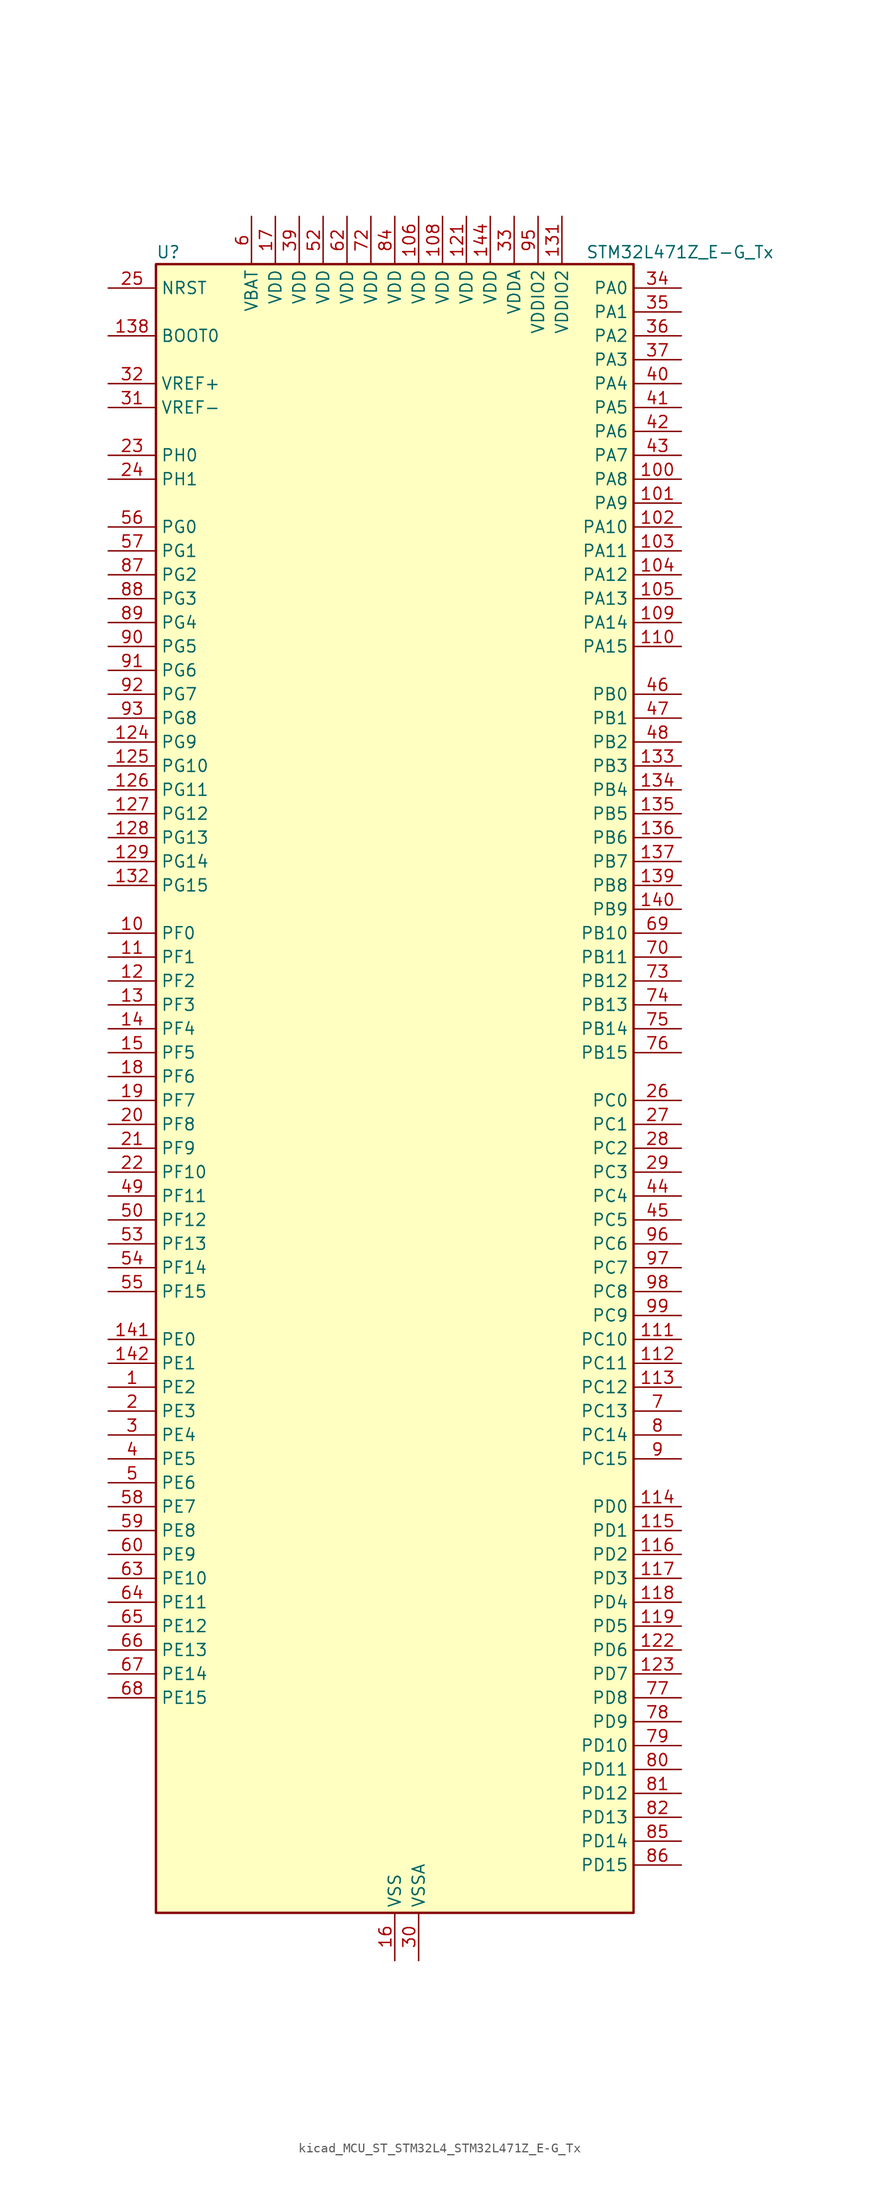
<source format=kicad_sym>
(kicad_symbol_lib
  (version 20220914)
  (generator kicad_symbol_editor)
  (symbol "kicad_MCU_ST_STM32L4_STM32L471Z_E-G_Tx"
    (property "Reference" "U"
      (at -25.4 90.17 0)
      (effects (font (size 1.27 1.27)) (justify left)))
    (property "Value" "STM32L471Z_E-G_Tx"
      (at 20.32 90.17 0)
      (effects (font (size 1.27 1.27)) (justify left)))
    (property "ki_locked" ""
      (at 0 0 0)
      (effects (font (size 1.27 1.27))))
    (symbol "kicad_MCU_ST_STM32L4_STM32L471Z_E-G_Tx_0_1"
      (rectangle (start -25.4 -86.36) (end 25.4 88.9) (stroke (width 0.254) (type default)) (fill (type background))))
    (symbol "kicad_MCU_ST_STM32L4_STM32L471Z_E-G_Tx_1_1"
      (pin bidirectional line (at -30.48 -30.48 0) (length 5.08) (name "PE2" (effects (font (size 1.27 1.27)))) (number "1" (effects (font (size 1.27 1.27)))) (alternate "FMC_A23" bidirectional line) (alternate "SAI1_MCLK_A" bidirectional line) (alternate "SYS_TRACECLK" bidirectional line) (alternate "TIM3_ETR" bidirectional line) (alternate "TSC_G7_IO1" bidirectional line))
      (pin bidirectional line (at -30.48 17.78 0) (length 5.08) (name "PF0" (effects (font (size 1.27 1.27)))) (number "10" (effects (font (size 1.27 1.27)))) (alternate "FMC_A0" bidirectional line) (alternate "I2C2_SDA" bidirectional line))
      (pin bidirectional line (at 30.48 66.04 180) (length 5.08) (name "PA8" (effects (font (size 1.27 1.27)))) (number "100" (effects (font (size 1.27 1.27)))) (alternate "LPTIM2_OUT" bidirectional line) (alternate "RCC_MCO" bidirectional line) (alternate "TIM1_CH1" bidirectional line) (alternate "USART1_CK" bidirectional line))
      (pin bidirectional line (at 30.48 63.5 180) (length 5.08) (name "PA9" (effects (font (size 1.27 1.27)))) (number "101" (effects (font (size 1.27 1.27)))) (alternate "DAC1_EXTI9" bidirectional line) (alternate "TIM15_BKIN" bidirectional line) (alternate "TIM1_CH2" bidirectional line) (alternate "USART1_TX" bidirectional line))
      (pin bidirectional line (at 30.48 60.96 180) (length 5.08) (name "PA10" (effects (font (size 1.27 1.27)))) (number "102" (effects (font (size 1.27 1.27)))) (alternate "TIM17_BKIN" bidirectional line) (alternate "TIM1_CH3" bidirectional line) (alternate "USART1_RX" bidirectional line))
      (pin bidirectional line (at 30.48 58.42 180) (length 5.08) (name "PA11" (effects (font (size 1.27 1.27)))) (number "103" (effects (font (size 1.27 1.27)))) (alternate "ADC1_EXTI11" bidirectional line) (alternate "ADC2_EXTI11" bidirectional line) (alternate "ADC3_EXTI11" bidirectional line) (alternate "CAN1_RX" bidirectional line) (alternate "TIM1_BKIN2" bidirectional line) (alternate "TIM1_BKIN2_COMP1" bidirectional line) (alternate "TIM1_CH4" bidirectional line) (alternate "USART1_CTS" bidirectional line))
      (pin bidirectional line (at 30.48 55.88 180) (length 5.08) (name "PA12" (effects (font (size 1.27 1.27)))) (number "104" (effects (font (size 1.27 1.27)))) (alternate "CAN1_TX" bidirectional line) (alternate "TIM1_ETR" bidirectional line) (alternate "USART1_DE" bidirectional line) (alternate "USART1_RTS" bidirectional line))
      (pin bidirectional line (at 30.48 53.34 180) (length 5.08) (name "PA13" (effects (font (size 1.27 1.27)))) (number "105" (effects (font (size 1.27 1.27)))) (alternate "IR_OUT" bidirectional line) (alternate "SYS_JTMS-SWDIO" bidirectional line))
      (pin power_in line (at 2.54 93.98 270) (length 5.08) (name "VDD" (effects (font (size 1.27 1.27)))) (number "106" (effects (font (size 1.27 1.27)))))
      (pin passive line (at 0 -91.44 90) (length 5.08) hide (name "VSS" (effects (font (size 1.27 1.27)))) (number "107" (effects (font (size 1.27 1.27)))))
      (pin power_in line (at 5.08 93.98 270) (length 5.08) (name "VDD" (effects (font (size 1.27 1.27)))) (number "108" (effects (font (size 1.27 1.27)))))
      (pin bidirectional line (at 30.48 50.8 180) (length 5.08) (name "PA14" (effects (font (size 1.27 1.27)))) (number "109" (effects (font (size 1.27 1.27)))) (alternate "SYS_JTCK-SWCLK" bidirectional line))
      (pin bidirectional line (at -30.48 15.24 0) (length 5.08) (name "PF1" (effects (font (size 1.27 1.27)))) (number "11" (effects (font (size 1.27 1.27)))) (alternate "FMC_A1" bidirectional line) (alternate "I2C2_SCL" bidirectional line))
      (pin bidirectional line (at 30.48 48.26 180) (length 5.08) (name "PA15" (effects (font (size 1.27 1.27)))) (number "110" (effects (font (size 1.27 1.27)))) (alternate "ADC1_EXTI15" bidirectional line) (alternate "ADC2_EXTI15" bidirectional line) (alternate "ADC3_EXTI15" bidirectional line) (alternate "SAI2_FS_B" bidirectional line) (alternate "SPI1_NSS" bidirectional line) (alternate "SPI3_NSS" bidirectional line) (alternate "SYS_JTDI" bidirectional line) (alternate "TIM2_CH1" bidirectional line) (alternate "TIM2_ETR" bidirectional line) (alternate "TSC_G3_IO1" bidirectional line) (alternate "UART4_DE" bidirectional line) (alternate "UART4_RTS" bidirectional line))
      (pin bidirectional line (at 30.48 -25.4 180) (length 5.08) (name "PC10" (effects (font (size 1.27 1.27)))) (number "111" (effects (font (size 1.27 1.27)))) (alternate "SAI2_SCK_B" bidirectional line) (alternate "SDMMC1_D2" bidirectional line) (alternate "SPI3_SCK" bidirectional line) (alternate "TSC_G3_IO2" bidirectional line) (alternate "UART4_TX" bidirectional line) (alternate "USART3_TX" bidirectional line))
      (pin bidirectional line (at 30.48 -27.94 180) (length 5.08) (name "PC11" (effects (font (size 1.27 1.27)))) (number "112" (effects (font (size 1.27 1.27)))) (alternate "ADC1_EXTI11" bidirectional line) (alternate "ADC2_EXTI11" bidirectional line) (alternate "ADC3_EXTI11" bidirectional line) (alternate "SAI2_MCLK_B" bidirectional line) (alternate "SDMMC1_D3" bidirectional line) (alternate "SPI3_MISO" bidirectional line) (alternate "TSC_G3_IO3" bidirectional line) (alternate "UART4_RX" bidirectional line) (alternate "USART3_RX" bidirectional line))
      (pin bidirectional line (at 30.48 -30.48 180) (length 5.08) (name "PC12" (effects (font (size 1.27 1.27)))) (number "113" (effects (font (size 1.27 1.27)))) (alternate "SAI2_SD_B" bidirectional line) (alternate "SDMMC1_CK" bidirectional line) (alternate "SPI3_MOSI" bidirectional line) (alternate "TSC_G3_IO4" bidirectional line) (alternate "UART5_TX" bidirectional line) (alternate "USART3_CK" bidirectional line))
      (pin bidirectional line (at 30.48 -43.18 180) (length 5.08) (name "PD0" (effects (font (size 1.27 1.27)))) (number "114" (effects (font (size 1.27 1.27)))) (alternate "CAN1_RX" bidirectional line) (alternate "DFSDM1_DATIN7" bidirectional line) (alternate "FMC_D2" bidirectional line) (alternate "FMC_DA2" bidirectional line) (alternate "SPI2_NSS" bidirectional line))
      (pin bidirectional line (at 30.48 -45.72 180) (length 5.08) (name "PD1" (effects (font (size 1.27 1.27)))) (number "115" (effects (font (size 1.27 1.27)))) (alternate "CAN1_TX" bidirectional line) (alternate "DFSDM1_CKIN7" bidirectional line) (alternate "FMC_D3" bidirectional line) (alternate "FMC_DA3" bidirectional line) (alternate "SPI2_SCK" bidirectional line))
      (pin bidirectional line (at 30.48 -48.26 180) (length 5.08) (name "PD2" (effects (font (size 1.27 1.27)))) (number "116" (effects (font (size 1.27 1.27)))) (alternate "SDMMC1_CMD" bidirectional line) (alternate "TIM3_ETR" bidirectional line) (alternate "TSC_SYNC" bidirectional line) (alternate "UART5_RX" bidirectional line) (alternate "USART3_DE" bidirectional line) (alternate "USART3_RTS" bidirectional line))
      (pin bidirectional line (at 30.48 -50.8 180) (length 5.08) (name "PD3" (effects (font (size 1.27 1.27)))) (number "117" (effects (font (size 1.27 1.27)))) (alternate "DFSDM1_DATIN0" bidirectional line) (alternate "FMC_CLK" bidirectional line) (alternate "SPI2_MISO" bidirectional line) (alternate "USART2_CTS" bidirectional line))
      (pin bidirectional line (at 30.48 -53.34 180) (length 5.08) (name "PD4" (effects (font (size 1.27 1.27)))) (number "118" (effects (font (size 1.27 1.27)))) (alternate "DFSDM1_CKIN0" bidirectional line) (alternate "FMC_NOE" bidirectional line) (alternate "SPI2_MOSI" bidirectional line) (alternate "USART2_DE" bidirectional line) (alternate "USART2_RTS" bidirectional line))
      (pin bidirectional line (at 30.48 -55.88 180) (length 5.08) (name "PD5" (effects (font (size 1.27 1.27)))) (number "119" (effects (font (size 1.27 1.27)))) (alternate "FMC_NWE" bidirectional line) (alternate "USART2_TX" bidirectional line))
      (pin bidirectional line (at -30.48 12.7 0) (length 5.08) (name "PF2" (effects (font (size 1.27 1.27)))) (number "12" (effects (font (size 1.27 1.27)))) (alternate "FMC_A2" bidirectional line) (alternate "I2C2_SMBA" bidirectional line))
      (pin passive line (at 0 -91.44 90) (length 5.08) hide (name "VSS" (effects (font (size 1.27 1.27)))) (number "120" (effects (font (size 1.27 1.27)))))
      (pin power_in line (at 7.62 93.98 270) (length 5.08) (name "VDD" (effects (font (size 1.27 1.27)))) (number "121" (effects (font (size 1.27 1.27)))))
      (pin bidirectional line (at 30.48 -58.42 180) (length 5.08) (name "PD6" (effects (font (size 1.27 1.27)))) (number "122" (effects (font (size 1.27 1.27)))) (alternate "DFSDM1_DATIN1" bidirectional line) (alternate "FMC_NWAIT" bidirectional line) (alternate "SAI1_SD_A" bidirectional line) (alternate "USART2_RX" bidirectional line))
      (pin bidirectional line (at 30.48 -60.96 180) (length 5.08) (name "PD7" (effects (font (size 1.27 1.27)))) (number "123" (effects (font (size 1.27 1.27)))) (alternate "DFSDM1_CKIN1" bidirectional line) (alternate "FMC_NE1" bidirectional line) (alternate "USART2_CK" bidirectional line))
      (pin bidirectional line (at -30.48 38.1 0) (length 5.08) (name "PG9" (effects (font (size 1.27 1.27)))) (number "124" (effects (font (size 1.27 1.27)))) (alternate "DAC1_EXTI9" bidirectional line) (alternate "FMC_NCE3" bidirectional line) (alternate "FMC_NE2" bidirectional line) (alternate "SAI2_SCK_A" bidirectional line) (alternate "SPI3_SCK" bidirectional line) (alternate "TIM15_CH1N" bidirectional line) (alternate "USART1_TX" bidirectional line))
      (pin bidirectional line (at -30.48 35.56 0) (length 5.08) (name "PG10" (effects (font (size 1.27 1.27)))) (number "125" (effects (font (size 1.27 1.27)))) (alternate "FMC_NE3" bidirectional line) (alternate "LPTIM1_IN1" bidirectional line) (alternate "SAI2_FS_A" bidirectional line) (alternate "SPI3_MISO" bidirectional line) (alternate "TIM15_CH1" bidirectional line) (alternate "USART1_RX" bidirectional line))
      (pin bidirectional line (at -30.48 33.02 0) (length 5.08) (name "PG11" (effects (font (size 1.27 1.27)))) (number "126" (effects (font (size 1.27 1.27)))) (alternate "ADC1_EXTI11" bidirectional line) (alternate "ADC2_EXTI11" bidirectional line) (alternate "ADC3_EXTI11" bidirectional line) (alternate "LPTIM1_IN2" bidirectional line) (alternate "SAI2_MCLK_A" bidirectional line) (alternate "SPI3_MOSI" bidirectional line) (alternate "TIM15_CH2" bidirectional line) (alternate "USART1_CTS" bidirectional line))
      (pin bidirectional line (at -30.48 30.48 0) (length 5.08) (name "PG12" (effects (font (size 1.27 1.27)))) (number "127" (effects (font (size 1.27 1.27)))) (alternate "FMC_NE4" bidirectional line) (alternate "LPTIM1_ETR" bidirectional line) (alternate "SAI2_SD_A" bidirectional line) (alternate "SPI3_NSS" bidirectional line) (alternate "USART1_DE" bidirectional line) (alternate "USART1_RTS" bidirectional line))
      (pin bidirectional line (at -30.48 27.94 0) (length 5.08) (name "PG13" (effects (font (size 1.27 1.27)))) (number "128" (effects (font (size 1.27 1.27)))) (alternate "FMC_A24" bidirectional line) (alternate "I2C1_SDA" bidirectional line) (alternate "USART1_CK" bidirectional line))
      (pin bidirectional line (at -30.48 25.4 0) (length 5.08) (name "PG14" (effects (font (size 1.27 1.27)))) (number "129" (effects (font (size 1.27 1.27)))) (alternate "FMC_A25" bidirectional line) (alternate "I2C1_SCL" bidirectional line))
      (pin bidirectional line (at -30.48 10.16 0) (length 5.08) (name "PF3" (effects (font (size 1.27 1.27)))) (number "13" (effects (font (size 1.27 1.27)))) (alternate "ADC3_IN6" bidirectional line) (alternate "FMC_A3" bidirectional line))
      (pin passive line (at 0 -91.44 90) (length 5.08) hide (name "VSS" (effects (font (size 1.27 1.27)))) (number "130" (effects (font (size 1.27 1.27)))))
      (pin power_in line (at 17.78 93.98 270) (length 5.08) (name "VDDIO2" (effects (font (size 1.27 1.27)))) (number "131" (effects (font (size 1.27 1.27)))))
      (pin bidirectional line (at -30.48 22.86 0) (length 5.08) (name "PG15" (effects (font (size 1.27 1.27)))) (number "132" (effects (font (size 1.27 1.27)))) (alternate "ADC1_EXTI15" bidirectional line) (alternate "ADC2_EXTI15" bidirectional line) (alternate "ADC3_EXTI15" bidirectional line) (alternate "I2C1_SMBA" bidirectional line) (alternate "LPTIM1_OUT" bidirectional line))
      (pin bidirectional line (at 30.48 35.56 180) (length 5.08) (name "PB3" (effects (font (size 1.27 1.27)))) (number "133" (effects (font (size 1.27 1.27)))) (alternate "COMP2_INM" bidirectional line) (alternate "SAI1_SCK_B" bidirectional line) (alternate "SPI1_SCK" bidirectional line) (alternate "SPI3_SCK" bidirectional line) (alternate "SYS_JTDO-SWO" bidirectional line) (alternate "TIM2_CH2" bidirectional line) (alternate "USART1_DE" bidirectional line) (alternate "USART1_RTS" bidirectional line))
      (pin bidirectional line (at 30.48 33.02 180) (length 5.08) (name "PB4" (effects (font (size 1.27 1.27)))) (number "134" (effects (font (size 1.27 1.27)))) (alternate "COMP2_INP" bidirectional line) (alternate "SAI1_MCLK_B" bidirectional line) (alternate "SPI1_MISO" bidirectional line) (alternate "SPI3_MISO" bidirectional line) (alternate "SYS_JTRST" bidirectional line) (alternate "TIM17_BKIN" bidirectional line) (alternate "TIM3_CH1" bidirectional line) (alternate "TSC_G2_IO1" bidirectional line) (alternate "UART5_DE" bidirectional line) (alternate "UART5_RTS" bidirectional line) (alternate "USART1_CTS" bidirectional line))
      (pin bidirectional line (at 30.48 30.48 180) (length 5.08) (name "PB5" (effects (font (size 1.27 1.27)))) (number "135" (effects (font (size 1.27 1.27)))) (alternate "COMP2_OUT" bidirectional line) (alternate "I2C1_SMBA" bidirectional line) (alternate "LPTIM1_IN1" bidirectional line) (alternate "SAI1_SD_B" bidirectional line) (alternate "SPI1_MOSI" bidirectional line) (alternate "SPI3_MOSI" bidirectional line) (alternate "TIM16_BKIN" bidirectional line) (alternate "TIM3_CH2" bidirectional line) (alternate "TSC_G2_IO2" bidirectional line) (alternate "UART5_CTS" bidirectional line) (alternate "USART1_CK" bidirectional line))
      (pin bidirectional line (at 30.48 27.94 180) (length 5.08) (name "PB6" (effects (font (size 1.27 1.27)))) (number "136" (effects (font (size 1.27 1.27)))) (alternate "COMP2_INP" bidirectional line) (alternate "DFSDM1_DATIN5" bidirectional line) (alternate "I2C1_SCL" bidirectional line) (alternate "LPTIM1_ETR" bidirectional line) (alternate "SAI1_FS_B" bidirectional line) (alternate "TIM16_CH1N" bidirectional line) (alternate "TIM4_CH1" bidirectional line) (alternate "TIM8_BKIN2" bidirectional line) (alternate "TIM8_BKIN2_COMP2" bidirectional line) (alternate "TSC_G2_IO3" bidirectional line) (alternate "USART1_TX" bidirectional line))
      (pin bidirectional line (at 30.48 25.4 180) (length 5.08) (name "PB7" (effects (font (size 1.27 1.27)))) (number "137" (effects (font (size 1.27 1.27)))) (alternate "COMP2_INM" bidirectional line) (alternate "DFSDM1_CKIN5" bidirectional line) (alternate "FMC_NL" bidirectional line) (alternate "I2C1_SDA" bidirectional line) (alternate "LPTIM1_IN2" bidirectional line) (alternate "SYS_PVD_IN" bidirectional line) (alternate "TIM17_CH1N" bidirectional line) (alternate "TIM4_CH2" bidirectional line) (alternate "TIM8_BKIN" bidirectional line) (alternate "TIM8_BKIN_COMP1" bidirectional line) (alternate "TSC_G2_IO4" bidirectional line) (alternate "UART4_CTS" bidirectional line) (alternate "USART1_RX" bidirectional line))
      (pin input line (at -30.48 81.28 0) (length 5.08) (name "BOOT0" (effects (font (size 1.27 1.27)))) (number "138" (effects (font (size 1.27 1.27)))))
      (pin bidirectional line (at 30.48 22.86 180) (length 5.08) (name "PB8" (effects (font (size 1.27 1.27)))) (number "139" (effects (font (size 1.27 1.27)))) (alternate "CAN1_RX" bidirectional line) (alternate "DFSDM1_DATIN6" bidirectional line) (alternate "I2C1_SCL" bidirectional line) (alternate "SAI1_MCLK_A" bidirectional line) (alternate "SDMMC1_D4" bidirectional line) (alternate "TIM16_CH1" bidirectional line) (alternate "TIM4_CH3" bidirectional line))
      (pin bidirectional line (at -30.48 7.62 0) (length 5.08) (name "PF4" (effects (font (size 1.27 1.27)))) (number "14" (effects (font (size 1.27 1.27)))) (alternate "ADC3_IN7" bidirectional line) (alternate "FMC_A4" bidirectional line))
      (pin bidirectional line (at 30.48 20.32 180) (length 5.08) (name "PB9" (effects (font (size 1.27 1.27)))) (number "140" (effects (font (size 1.27 1.27)))) (alternate "CAN1_TX" bidirectional line) (alternate "DAC1_EXTI9" bidirectional line) (alternate "DFSDM1_CKIN6" bidirectional line) (alternate "I2C1_SDA" bidirectional line) (alternate "IR_OUT" bidirectional line) (alternate "SAI1_FS_A" bidirectional line) (alternate "SDMMC1_D5" bidirectional line) (alternate "SPI2_NSS" bidirectional line) (alternate "TIM17_CH1" bidirectional line) (alternate "TIM4_CH4" bidirectional line))
      (pin bidirectional line (at -30.48 -25.4 0) (length 5.08) (name "PE0" (effects (font (size 1.27 1.27)))) (number "141" (effects (font (size 1.27 1.27)))) (alternate "FMC_NBL0" bidirectional line) (alternate "TIM16_CH1" bidirectional line) (alternate "TIM4_ETR" bidirectional line))
      (pin bidirectional line (at -30.48 -27.94 0) (length 5.08) (name "PE1" (effects (font (size 1.27 1.27)))) (number "142" (effects (font (size 1.27 1.27)))) (alternate "FMC_NBL1" bidirectional line) (alternate "TIM17_CH1" bidirectional line))
      (pin passive line (at 0 -91.44 90) (length 5.08) hide (name "VSS" (effects (font (size 1.27 1.27)))) (number "143" (effects (font (size 1.27 1.27)))))
      (pin power_in line (at 10.16 93.98 270) (length 5.08) (name "VDD" (effects (font (size 1.27 1.27)))) (number "144" (effects (font (size 1.27 1.27)))))
      (pin bidirectional line (at -30.48 5.08 0) (length 5.08) (name "PF5" (effects (font (size 1.27 1.27)))) (number "15" (effects (font (size 1.27 1.27)))) (alternate "ADC3_IN8" bidirectional line) (alternate "FMC_A5" bidirectional line))
      (pin power_in line (at 0 -91.44 90) (length 5.08) (name "VSS" (effects (font (size 1.27 1.27)))) (number "16" (effects (font (size 1.27 1.27)))))
      (pin power_in line (at -12.7 93.98 270) (length 5.08) (name "VDD" (effects (font (size 1.27 1.27)))) (number "17" (effects (font (size 1.27 1.27)))))
      (pin bidirectional line (at -30.48 2.54 0) (length 5.08) (name "PF6" (effects (font (size 1.27 1.27)))) (number "18" (effects (font (size 1.27 1.27)))) (alternate "ADC3_IN9" bidirectional line) (alternate "SAI1_SD_B" bidirectional line) (alternate "TIM5_CH1" bidirectional line) (alternate "TIM5_ETR" bidirectional line))
      (pin bidirectional line (at -30.48 0 0) (length 5.08) (name "PF7" (effects (font (size 1.27 1.27)))) (number "19" (effects (font (size 1.27 1.27)))) (alternate "ADC3_IN10" bidirectional line) (alternate "SAI1_MCLK_B" bidirectional line) (alternate "TIM5_CH2" bidirectional line))
      (pin bidirectional line (at -30.48 -33.02 0) (length 5.08) (name "PE3" (effects (font (size 1.27 1.27)))) (number "2" (effects (font (size 1.27 1.27)))) (alternate "FMC_A19" bidirectional line) (alternate "SAI1_SD_B" bidirectional line) (alternate "SYS_TRACED0" bidirectional line) (alternate "TIM3_CH1" bidirectional line) (alternate "TSC_G7_IO2" bidirectional line))
      (pin bidirectional line (at -30.48 -2.54 0) (length 5.08) (name "PF8" (effects (font (size 1.27 1.27)))) (number "20" (effects (font (size 1.27 1.27)))) (alternate "ADC3_IN11" bidirectional line) (alternate "SAI1_SCK_B" bidirectional line) (alternate "TIM5_CH3" bidirectional line))
      (pin bidirectional line (at -30.48 -5.08 0) (length 5.08) (name "PF9" (effects (font (size 1.27 1.27)))) (number "21" (effects (font (size 1.27 1.27)))) (alternate "ADC3_IN12" bidirectional line) (alternate "DAC1_EXTI9" bidirectional line) (alternate "SAI1_FS_B" bidirectional line) (alternate "TIM15_CH1" bidirectional line) (alternate "TIM5_CH4" bidirectional line))
      (pin bidirectional line (at -30.48 -7.62 0) (length 5.08) (name "PF10" (effects (font (size 1.27 1.27)))) (number "22" (effects (font (size 1.27 1.27)))) (alternate "ADC3_IN13" bidirectional line) (alternate "TIM15_CH2" bidirectional line))
      (pin bidirectional line (at -30.48 68.58 0) (length 5.08) (name "PH0" (effects (font (size 1.27 1.27)))) (number "23" (effects (font (size 1.27 1.27)))) (alternate "RCC_OSC_IN" bidirectional line))
      (pin bidirectional line (at -30.48 66.04 0) (length 5.08) (name "PH1" (effects (font (size 1.27 1.27)))) (number "24" (effects (font (size 1.27 1.27)))) (alternate "RCC_OSC_OUT" bidirectional line))
      (pin input line (at -30.48 86.36 0) (length 5.08) (name "NRST" (effects (font (size 1.27 1.27)))) (number "25" (effects (font (size 1.27 1.27)))))
      (pin bidirectional line (at 30.48 0 180) (length 5.08) (name "PC0" (effects (font (size 1.27 1.27)))) (number "26" (effects (font (size 1.27 1.27)))) (alternate "ADC1_IN1" bidirectional line) (alternate "ADC2_IN1" bidirectional line) (alternate "ADC3_IN1" bidirectional line) (alternate "DFSDM1_DATIN4" bidirectional line) (alternate "I2C3_SCL" bidirectional line) (alternate "LPTIM1_IN1" bidirectional line) (alternate "LPTIM2_IN1" bidirectional line) (alternate "LPUART1_RX" bidirectional line))
      (pin bidirectional line (at 30.48 -2.54 180) (length 5.08) (name "PC1" (effects (font (size 1.27 1.27)))) (number "27" (effects (font (size 1.27 1.27)))) (alternate "ADC1_IN2" bidirectional line) (alternate "ADC2_IN2" bidirectional line) (alternate "ADC3_IN2" bidirectional line) (alternate "DFSDM1_CKIN4" bidirectional line) (alternate "I2C3_SDA" bidirectional line) (alternate "LPTIM1_OUT" bidirectional line) (alternate "LPUART1_TX" bidirectional line))
      (pin bidirectional line (at 30.48 -5.08 180) (length 5.08) (name "PC2" (effects (font (size 1.27 1.27)))) (number "28" (effects (font (size 1.27 1.27)))) (alternate "ADC1_IN3" bidirectional line) (alternate "ADC2_IN3" bidirectional line) (alternate "ADC3_IN3" bidirectional line) (alternate "DFSDM1_CKOUT" bidirectional line) (alternate "LPTIM1_IN2" bidirectional line) (alternate "SPI2_MISO" bidirectional line))
      (pin bidirectional line (at 30.48 -7.62 180) (length 5.08) (name "PC3" (effects (font (size 1.27 1.27)))) (number "29" (effects (font (size 1.27 1.27)))) (alternate "ADC1_IN4" bidirectional line) (alternate "ADC2_IN4" bidirectional line) (alternate "ADC3_IN4" bidirectional line) (alternate "LPTIM1_ETR" bidirectional line) (alternate "LPTIM2_ETR" bidirectional line) (alternate "SAI1_SD_A" bidirectional line) (alternate "SPI2_MOSI" bidirectional line))
      (pin bidirectional line (at -30.48 -35.56 0) (length 5.08) (name "PE4" (effects (font (size 1.27 1.27)))) (number "3" (effects (font (size 1.27 1.27)))) (alternate "DFSDM1_DATIN3" bidirectional line) (alternate "FMC_A20" bidirectional line) (alternate "SAI1_FS_A" bidirectional line) (alternate "SYS_TRACED1" bidirectional line) (alternate "TIM3_CH2" bidirectional line) (alternate "TSC_G7_IO3" bidirectional line))
      (pin power_in line (at 2.54 -91.44 90) (length 5.08) (name "VSSA" (effects (font (size 1.27 1.27)))) (number "30" (effects (font (size 1.27 1.27)))))
      (pin input line (at -30.48 73.66 0) (length 5.08) (name "VREF-" (effects (font (size 1.27 1.27)))) (number "31" (effects (font (size 1.27 1.27)))))
      (pin input line (at -30.48 76.2 0) (length 5.08) (name "VREF+" (effects (font (size 1.27 1.27)))) (number "32" (effects (font (size 1.27 1.27)))) (alternate "VREFBUF_OUT" bidirectional line))
      (pin power_in line (at 12.7 93.98 270) (length 5.08) (name "VDDA" (effects (font (size 1.27 1.27)))) (number "33" (effects (font (size 1.27 1.27)))))
      (pin bidirectional line (at 30.48 86.36 180) (length 5.08) (name "PA0" (effects (font (size 1.27 1.27)))) (number "34" (effects (font (size 1.27 1.27)))) (alternate "ADC1_IN5" bidirectional line) (alternate "ADC2_IN5" bidirectional line) (alternate "OPAMP1_VINP" bidirectional line) (alternate "RTC_TAMP2" bidirectional line) (alternate "SAI1_EXTCLK" bidirectional line) (alternate "SYS_WKUP1" bidirectional line) (alternate "TIM2_CH1" bidirectional line) (alternate "TIM2_ETR" bidirectional line) (alternate "TIM5_CH1" bidirectional line) (alternate "TIM8_ETR" bidirectional line) (alternate "UART4_TX" bidirectional line) (alternate "USART2_CTS" bidirectional line))
      (pin bidirectional line (at 30.48 83.82 180) (length 5.08) (name "PA1" (effects (font (size 1.27 1.27)))) (number "35" (effects (font (size 1.27 1.27)))) (alternate "ADC1_IN6" bidirectional line) (alternate "ADC2_IN6" bidirectional line) (alternate "OPAMP1_VINM" bidirectional line) (alternate "TIM15_CH1N" bidirectional line) (alternate "TIM2_CH2" bidirectional line) (alternate "TIM5_CH2" bidirectional line) (alternate "UART4_RX" bidirectional line) (alternate "USART2_DE" bidirectional line) (alternate "USART2_RTS" bidirectional line))
      (pin bidirectional line (at 30.48 81.28 180) (length 5.08) (name "PA2" (effects (font (size 1.27 1.27)))) (number "36" (effects (font (size 1.27 1.27)))) (alternate "ADC1_IN7" bidirectional line) (alternate "ADC2_IN7" bidirectional line) (alternate "RCC_LSCO" bidirectional line) (alternate "SAI2_EXTCLK" bidirectional line) (alternate "SYS_WKUP4" bidirectional line) (alternate "TIM15_CH1" bidirectional line) (alternate "TIM2_CH3" bidirectional line) (alternate "TIM5_CH3" bidirectional line) (alternate "USART2_TX" bidirectional line))
      (pin bidirectional line (at 30.48 78.74 180) (length 5.08) (name "PA3" (effects (font (size 1.27 1.27)))) (number "37" (effects (font (size 1.27 1.27)))) (alternate "ADC1_IN8" bidirectional line) (alternate "ADC2_IN8" bidirectional line) (alternate "OPAMP1_VOUT" bidirectional line) (alternate "TIM15_CH2" bidirectional line) (alternate "TIM2_CH4" bidirectional line) (alternate "TIM5_CH4" bidirectional line) (alternate "USART2_RX" bidirectional line))
      (pin passive line (at 0 -91.44 90) (length 5.08) hide (name "VSS" (effects (font (size 1.27 1.27)))) (number "38" (effects (font (size 1.27 1.27)))))
      (pin power_in line (at -10.16 93.98 270) (length 5.08) (name "VDD" (effects (font (size 1.27 1.27)))) (number "39" (effects (font (size 1.27 1.27)))))
      (pin bidirectional line (at -30.48 -38.1 0) (length 5.08) (name "PE5" (effects (font (size 1.27 1.27)))) (number "4" (effects (font (size 1.27 1.27)))) (alternate "DFSDM1_CKIN3" bidirectional line) (alternate "FMC_A21" bidirectional line) (alternate "SAI1_SCK_A" bidirectional line) (alternate "SYS_TRACED2" bidirectional line) (alternate "TIM3_CH3" bidirectional line) (alternate "TSC_G7_IO4" bidirectional line))
      (pin bidirectional line (at 30.48 76.2 180) (length 5.08) (name "PA4" (effects (font (size 1.27 1.27)))) (number "40" (effects (font (size 1.27 1.27)))) (alternate "ADC1_IN9" bidirectional line) (alternate "ADC2_IN9" bidirectional line) (alternate "DAC1_OUT1" bidirectional line) (alternate "LPTIM2_OUT" bidirectional line) (alternate "SAI1_FS_B" bidirectional line) (alternate "SPI1_NSS" bidirectional line) (alternate "SPI3_NSS" bidirectional line) (alternate "USART2_CK" bidirectional line))
      (pin bidirectional line (at 30.48 73.66 180) (length 5.08) (name "PA5" (effects (font (size 1.27 1.27)))) (number "41" (effects (font (size 1.27 1.27)))) (alternate "ADC1_IN10" bidirectional line) (alternate "ADC2_IN10" bidirectional line) (alternate "DAC1_OUT2" bidirectional line) (alternate "LPTIM2_ETR" bidirectional line) (alternate "SPI1_SCK" bidirectional line) (alternate "TIM2_CH1" bidirectional line) (alternate "TIM2_ETR" bidirectional line) (alternate "TIM8_CH1N" bidirectional line))
      (pin bidirectional line (at 30.48 71.12 180) (length 5.08) (name "PA6" (effects (font (size 1.27 1.27)))) (number "42" (effects (font (size 1.27 1.27)))) (alternate "ADC1_IN11" bidirectional line) (alternate "ADC2_IN11" bidirectional line) (alternate "OPAMP2_VINP" bidirectional line) (alternate "QUADSPI_BK1_IO3" bidirectional line) (alternate "SPI1_MISO" bidirectional line) (alternate "TIM16_CH1" bidirectional line) (alternate "TIM1_BKIN" bidirectional line) (alternate "TIM1_BKIN_COMP2" bidirectional line) (alternate "TIM3_CH1" bidirectional line) (alternate "TIM8_BKIN" bidirectional line) (alternate "TIM8_BKIN_COMP2" bidirectional line) (alternate "USART3_CTS" bidirectional line))
      (pin bidirectional line (at 30.48 68.58 180) (length 5.08) (name "PA7" (effects (font (size 1.27 1.27)))) (number "43" (effects (font (size 1.27 1.27)))) (alternate "ADC1_IN12" bidirectional line) (alternate "ADC2_IN12" bidirectional line) (alternate "OPAMP2_VINM" bidirectional line) (alternate "QUADSPI_BK1_IO2" bidirectional line) (alternate "SPI1_MOSI" bidirectional line) (alternate "TIM17_CH1" bidirectional line) (alternate "TIM1_CH1N" bidirectional line) (alternate "TIM3_CH2" bidirectional line) (alternate "TIM8_CH1N" bidirectional line))
      (pin bidirectional line (at 30.48 -10.16 180) (length 5.08) (name "PC4" (effects (font (size 1.27 1.27)))) (number "44" (effects (font (size 1.27 1.27)))) (alternate "ADC1_IN13" bidirectional line) (alternate "ADC2_IN13" bidirectional line) (alternate "COMP1_INM" bidirectional line) (alternate "USART3_TX" bidirectional line))
      (pin bidirectional line (at 30.48 -12.7 180) (length 5.08) (name "PC5" (effects (font (size 1.27 1.27)))) (number "45" (effects (font (size 1.27 1.27)))) (alternate "ADC1_IN14" bidirectional line) (alternate "ADC2_IN14" bidirectional line) (alternate "COMP1_INP" bidirectional line) (alternate "SYS_WKUP5" bidirectional line) (alternate "USART3_RX" bidirectional line))
      (pin bidirectional line (at 30.48 43.18 180) (length 5.08) (name "PB0" (effects (font (size 1.27 1.27)))) (number "46" (effects (font (size 1.27 1.27)))) (alternate "ADC1_IN15" bidirectional line) (alternate "ADC2_IN15" bidirectional line) (alternate "COMP1_OUT" bidirectional line) (alternate "OPAMP2_VOUT" bidirectional line) (alternate "QUADSPI_BK1_IO1" bidirectional line) (alternate "TIM1_CH2N" bidirectional line) (alternate "TIM3_CH3" bidirectional line) (alternate "TIM8_CH2N" bidirectional line) (alternate "USART3_CK" bidirectional line))
      (pin bidirectional line (at 30.48 40.64 180) (length 5.08) (name "PB1" (effects (font (size 1.27 1.27)))) (number "47" (effects (font (size 1.27 1.27)))) (alternate "ADC1_IN16" bidirectional line) (alternate "ADC2_IN16" bidirectional line) (alternate "COMP1_INM" bidirectional line) (alternate "DFSDM1_DATIN0" bidirectional line) (alternate "LPTIM2_IN1" bidirectional line) (alternate "QUADSPI_BK1_IO0" bidirectional line) (alternate "TIM1_CH3N" bidirectional line) (alternate "TIM3_CH4" bidirectional line) (alternate "TIM8_CH3N" bidirectional line) (alternate "USART3_DE" bidirectional line) (alternate "USART3_RTS" bidirectional line))
      (pin bidirectional line (at 30.48 38.1 180) (length 5.08) (name "PB2" (effects (font (size 1.27 1.27)))) (number "48" (effects (font (size 1.27 1.27)))) (alternate "COMP1_INP" bidirectional line) (alternate "DFSDM1_CKIN0" bidirectional line) (alternate "I2C3_SMBA" bidirectional line) (alternate "LPTIM1_OUT" bidirectional line) (alternate "RTC_OUT_ALARM" bidirectional line) (alternate "RTC_OUT_CALIB" bidirectional line))
      (pin bidirectional line (at -30.48 -10.16 0) (length 5.08) (name "PF11" (effects (font (size 1.27 1.27)))) (number "49" (effects (font (size 1.27 1.27)))) (alternate "ADC1_EXTI11" bidirectional line) (alternate "ADC2_EXTI11" bidirectional line) (alternate "ADC3_EXTI11" bidirectional line))
      (pin bidirectional line (at -30.48 -40.64 0) (length 5.08) (name "PE6" (effects (font (size 1.27 1.27)))) (number "5" (effects (font (size 1.27 1.27)))) (alternate "FMC_A22" bidirectional line) (alternate "RTC_TAMP3" bidirectional line) (alternate "SAI1_SD_A" bidirectional line) (alternate "SYS_TRACED3" bidirectional line) (alternate "SYS_WKUP3" bidirectional line) (alternate "TIM3_CH4" bidirectional line))
      (pin bidirectional line (at -30.48 -12.7 0) (length 5.08) (name "PF12" (effects (font (size 1.27 1.27)))) (number "50" (effects (font (size 1.27 1.27)))) (alternate "FMC_A6" bidirectional line))
      (pin passive line (at 0 -91.44 90) (length 5.08) hide (name "VSS" (effects (font (size 1.27 1.27)))) (number "51" (effects (font (size 1.27 1.27)))))
      (pin power_in line (at -7.62 93.98 270) (length 5.08) (name "VDD" (effects (font (size 1.27 1.27)))) (number "52" (effects (font (size 1.27 1.27)))))
      (pin bidirectional line (at -30.48 -15.24 0) (length 5.08) (name "PF13" (effects (font (size 1.27 1.27)))) (number "53" (effects (font (size 1.27 1.27)))) (alternate "DFSDM1_DATIN6" bidirectional line) (alternate "FMC_A7" bidirectional line))
      (pin bidirectional line (at -30.48 -17.78 0) (length 5.08) (name "PF14" (effects (font (size 1.27 1.27)))) (number "54" (effects (font (size 1.27 1.27)))) (alternate "DFSDM1_CKIN6" bidirectional line) (alternate "FMC_A8" bidirectional line) (alternate "TSC_G8_IO1" bidirectional line))
      (pin bidirectional line (at -30.48 -20.32 0) (length 5.08) (name "PF15" (effects (font (size 1.27 1.27)))) (number "55" (effects (font (size 1.27 1.27)))) (alternate "ADC1_EXTI15" bidirectional line) (alternate "ADC2_EXTI15" bidirectional line) (alternate "ADC3_EXTI15" bidirectional line) (alternate "FMC_A9" bidirectional line) (alternate "TSC_G8_IO2" bidirectional line))
      (pin bidirectional line (at -30.48 60.96 0) (length 5.08) (name "PG0" (effects (font (size 1.27 1.27)))) (number "56" (effects (font (size 1.27 1.27)))) (alternate "FMC_A10" bidirectional line) (alternate "TSC_G8_IO3" bidirectional line))
      (pin bidirectional line (at -30.48 58.42 0) (length 5.08) (name "PG1" (effects (font (size 1.27 1.27)))) (number "57" (effects (font (size 1.27 1.27)))) (alternate "FMC_A11" bidirectional line) (alternate "TSC_G8_IO4" bidirectional line))
      (pin bidirectional line (at -30.48 -43.18 0) (length 5.08) (name "PE7" (effects (font (size 1.27 1.27)))) (number "58" (effects (font (size 1.27 1.27)))) (alternate "DFSDM1_DATIN2" bidirectional line) (alternate "FMC_D4" bidirectional line) (alternate "FMC_DA4" bidirectional line) (alternate "SAI1_SD_B" bidirectional line) (alternate "TIM1_ETR" bidirectional line))
      (pin bidirectional line (at -30.48 -45.72 0) (length 5.08) (name "PE8" (effects (font (size 1.27 1.27)))) (number "59" (effects (font (size 1.27 1.27)))) (alternate "DFSDM1_CKIN2" bidirectional line) (alternate "FMC_D5" bidirectional line) (alternate "FMC_DA5" bidirectional line) (alternate "SAI1_SCK_B" bidirectional line) (alternate "TIM1_CH1N" bidirectional line))
      (pin power_in line (at -15.24 93.98 270) (length 5.08) (name "VBAT" (effects (font (size 1.27 1.27)))) (number "6" (effects (font (size 1.27 1.27)))))
      (pin bidirectional line (at -30.48 -48.26 0) (length 5.08) (name "PE9" (effects (font (size 1.27 1.27)))) (number "60" (effects (font (size 1.27 1.27)))) (alternate "DAC1_EXTI9" bidirectional line) (alternate "DFSDM1_CKOUT" bidirectional line) (alternate "FMC_D6" bidirectional line) (alternate "FMC_DA6" bidirectional line) (alternate "SAI1_FS_B" bidirectional line) (alternate "TIM1_CH1" bidirectional line))
      (pin passive line (at 0 -91.44 90) (length 5.08) hide (name "VSS" (effects (font (size 1.27 1.27)))) (number "61" (effects (font (size 1.27 1.27)))))
      (pin power_in line (at -5.08 93.98 270) (length 5.08) (name "VDD" (effects (font (size 1.27 1.27)))) (number "62" (effects (font (size 1.27 1.27)))))
      (pin bidirectional line (at -30.48 -50.8 0) (length 5.08) (name "PE10" (effects (font (size 1.27 1.27)))) (number "63" (effects (font (size 1.27 1.27)))) (alternate "DFSDM1_DATIN4" bidirectional line) (alternate "FMC_D7" bidirectional line) (alternate "FMC_DA7" bidirectional line) (alternate "QUADSPI_CLK" bidirectional line) (alternate "SAI1_MCLK_B" bidirectional line) (alternate "TIM1_CH2N" bidirectional line) (alternate "TSC_G5_IO1" bidirectional line))
      (pin bidirectional line (at -30.48 -53.34 0) (length 5.08) (name "PE11" (effects (font (size 1.27 1.27)))) (number "64" (effects (font (size 1.27 1.27)))) (alternate "ADC1_EXTI11" bidirectional line) (alternate "ADC2_EXTI11" bidirectional line) (alternate "ADC3_EXTI11" bidirectional line) (alternate "DFSDM1_CKIN4" bidirectional line) (alternate "FMC_D8" bidirectional line) (alternate "FMC_DA8" bidirectional line) (alternate "QUADSPI_NCS" bidirectional line) (alternate "TIM1_CH2" bidirectional line) (alternate "TSC_G5_IO2" bidirectional line))
      (pin bidirectional line (at -30.48 -55.88 0) (length 5.08) (name "PE12" (effects (font (size 1.27 1.27)))) (number "65" (effects (font (size 1.27 1.27)))) (alternate "DFSDM1_DATIN5" bidirectional line) (alternate "FMC_D9" bidirectional line) (alternate "FMC_DA9" bidirectional line) (alternate "QUADSPI_BK1_IO0" bidirectional line) (alternate "SPI1_NSS" bidirectional line) (alternate "TIM1_CH3N" bidirectional line) (alternate "TSC_G5_IO3" bidirectional line))
      (pin bidirectional line (at -30.48 -58.42 0) (length 5.08) (name "PE13" (effects (font (size 1.27 1.27)))) (number "66" (effects (font (size 1.27 1.27)))) (alternate "DFSDM1_CKIN5" bidirectional line) (alternate "FMC_D10" bidirectional line) (alternate "FMC_DA10" bidirectional line) (alternate "QUADSPI_BK1_IO1" bidirectional line) (alternate "SPI1_SCK" bidirectional line) (alternate "TIM1_CH3" bidirectional line) (alternate "TSC_G5_IO4" bidirectional line))
      (pin bidirectional line (at -30.48 -60.96 0) (length 5.08) (name "PE14" (effects (font (size 1.27 1.27)))) (number "67" (effects (font (size 1.27 1.27)))) (alternate "FMC_D11" bidirectional line) (alternate "FMC_DA11" bidirectional line) (alternate "QUADSPI_BK1_IO2" bidirectional line) (alternate "SPI1_MISO" bidirectional line) (alternate "TIM1_BKIN2" bidirectional line) (alternate "TIM1_BKIN2_COMP2" bidirectional line) (alternate "TIM1_CH4" bidirectional line))
      (pin bidirectional line (at -30.48 -63.5 0) (length 5.08) (name "PE15" (effects (font (size 1.27 1.27)))) (number "68" (effects (font (size 1.27 1.27)))) (alternate "ADC1_EXTI15" bidirectional line) (alternate "ADC2_EXTI15" bidirectional line) (alternate "ADC3_EXTI15" bidirectional line) (alternate "FMC_D12" bidirectional line) (alternate "FMC_DA12" bidirectional line) (alternate "QUADSPI_BK1_IO3" bidirectional line) (alternate "SPI1_MOSI" bidirectional line) (alternate "TIM1_BKIN" bidirectional line) (alternate "TIM1_BKIN_COMP1" bidirectional line))
      (pin bidirectional line (at 30.48 17.78 180) (length 5.08) (name "PB10" (effects (font (size 1.27 1.27)))) (number "69" (effects (font (size 1.27 1.27)))) (alternate "COMP1_OUT" bidirectional line) (alternate "DFSDM1_DATIN7" bidirectional line) (alternate "I2C2_SCL" bidirectional line) (alternate "LPUART1_RX" bidirectional line) (alternate "QUADSPI_CLK" bidirectional line) (alternate "SAI1_SCK_A" bidirectional line) (alternate "SPI2_SCK" bidirectional line) (alternate "TIM2_CH3" bidirectional line) (alternate "USART3_TX" bidirectional line))
      (pin bidirectional line (at 30.48 -33.02 180) (length 5.08) (name "PC13" (effects (font (size 1.27 1.27)))) (number "7" (effects (font (size 1.27 1.27)))) (alternate "RTC_OUT_ALARM" bidirectional line) (alternate "RTC_OUT_CALIB" bidirectional line) (alternate "RTC_TAMP1" bidirectional line) (alternate "RTC_TS" bidirectional line) (alternate "SYS_WKUP2" bidirectional line))
      (pin bidirectional line (at 30.48 15.24 180) (length 5.08) (name "PB11" (effects (font (size 1.27 1.27)))) (number "70" (effects (font (size 1.27 1.27)))) (alternate "ADC1_EXTI11" bidirectional line) (alternate "ADC2_EXTI11" bidirectional line) (alternate "ADC3_EXTI11" bidirectional line) (alternate "COMP2_OUT" bidirectional line) (alternate "DFSDM1_CKIN7" bidirectional line) (alternate "I2C2_SDA" bidirectional line) (alternate "LPUART1_TX" bidirectional line) (alternate "QUADSPI_NCS" bidirectional line) (alternate "TIM2_CH4" bidirectional line) (alternate "USART3_RX" bidirectional line))
      (pin passive line (at 0 -91.44 90) (length 5.08) hide (name "VSS" (effects (font (size 1.27 1.27)))) (number "71" (effects (font (size 1.27 1.27)))))
      (pin power_in line (at -2.54 93.98 270) (length 5.08) (name "VDD" (effects (font (size 1.27 1.27)))) (number "72" (effects (font (size 1.27 1.27)))))
      (pin bidirectional line (at 30.48 12.7 180) (length 5.08) (name "PB12" (effects (font (size 1.27 1.27)))) (number "73" (effects (font (size 1.27 1.27)))) (alternate "DFSDM1_DATIN1" bidirectional line) (alternate "I2C2_SMBA" bidirectional line) (alternate "LPUART1_DE" bidirectional line) (alternate "LPUART1_RTS" bidirectional line) (alternate "SAI2_FS_A" bidirectional line) (alternate "SPI2_NSS" bidirectional line) (alternate "SWPMI1_IO" bidirectional line) (alternate "TIM15_BKIN" bidirectional line) (alternate "TIM1_BKIN" bidirectional line) (alternate "TIM1_BKIN_COMP2" bidirectional line) (alternate "TSC_G1_IO1" bidirectional line) (alternate "USART3_CK" bidirectional line))
      (pin bidirectional line (at 30.48 10.16 180) (length 5.08) (name "PB13" (effects (font (size 1.27 1.27)))) (number "74" (effects (font (size 1.27 1.27)))) (alternate "DFSDM1_CKIN1" bidirectional line) (alternate "I2C2_SCL" bidirectional line) (alternate "LPUART1_CTS" bidirectional line) (alternate "SAI2_SCK_A" bidirectional line) (alternate "SPI2_SCK" bidirectional line) (alternate "SWPMI1_TX" bidirectional line) (alternate "TIM15_CH1N" bidirectional line) (alternate "TIM1_CH1N" bidirectional line) (alternate "TSC_G1_IO2" bidirectional line) (alternate "USART3_CTS" bidirectional line))
      (pin bidirectional line (at 30.48 7.62 180) (length 5.08) (name "PB14" (effects (font (size 1.27 1.27)))) (number "75" (effects (font (size 1.27 1.27)))) (alternate "DFSDM1_DATIN2" bidirectional line) (alternate "I2C2_SDA" bidirectional line) (alternate "SAI2_MCLK_A" bidirectional line) (alternate "SPI2_MISO" bidirectional line) (alternate "SWPMI1_RX" bidirectional line) (alternate "TIM15_CH1" bidirectional line) (alternate "TIM1_CH2N" bidirectional line) (alternate "TIM8_CH2N" bidirectional line) (alternate "TSC_G1_IO3" bidirectional line) (alternate "USART3_DE" bidirectional line) (alternate "USART3_RTS" bidirectional line))
      (pin bidirectional line (at 30.48 5.08 180) (length 5.08) (name "PB15" (effects (font (size 1.27 1.27)))) (number "76" (effects (font (size 1.27 1.27)))) (alternate "ADC1_EXTI15" bidirectional line) (alternate "ADC2_EXTI15" bidirectional line) (alternate "ADC3_EXTI15" bidirectional line) (alternate "DFSDM1_CKIN2" bidirectional line) (alternate "RTC_REFIN" bidirectional line) (alternate "SAI2_SD_A" bidirectional line) (alternate "SPI2_MOSI" bidirectional line) (alternate "SWPMI1_SUSPEND" bidirectional line) (alternate "TIM15_CH2" bidirectional line) (alternate "TIM1_CH3N" bidirectional line) (alternate "TIM8_CH3N" bidirectional line) (alternate "TSC_G1_IO4" bidirectional line))
      (pin bidirectional line (at 30.48 -63.5 180) (length 5.08) (name "PD8" (effects (font (size 1.27 1.27)))) (number "77" (effects (font (size 1.27 1.27)))) (alternate "FMC_D13" bidirectional line) (alternate "FMC_DA13" bidirectional line) (alternate "USART3_TX" bidirectional line))
      (pin bidirectional line (at 30.48 -66.04 180) (length 5.08) (name "PD9" (effects (font (size 1.27 1.27)))) (number "78" (effects (font (size 1.27 1.27)))) (alternate "DAC1_EXTI9" bidirectional line) (alternate "FMC_D14" bidirectional line) (alternate "FMC_DA14" bidirectional line) (alternate "SAI2_MCLK_A" bidirectional line) (alternate "USART3_RX" bidirectional line))
      (pin bidirectional line (at 30.48 -68.58 180) (length 5.08) (name "PD10" (effects (font (size 1.27 1.27)))) (number "79" (effects (font (size 1.27 1.27)))) (alternate "FMC_D15" bidirectional line) (alternate "FMC_DA15" bidirectional line) (alternate "SAI2_SCK_A" bidirectional line) (alternate "TSC_G6_IO1" bidirectional line) (alternate "USART3_CK" bidirectional line))
      (pin bidirectional line (at 30.48 -35.56 180) (length 5.08) (name "PC14" (effects (font (size 1.27 1.27)))) (number "8" (effects (font (size 1.27 1.27)))) (alternate "RCC_OSC32_IN" bidirectional line))
      (pin bidirectional line (at 30.48 -71.12 180) (length 5.08) (name "PD11" (effects (font (size 1.27 1.27)))) (number "80" (effects (font (size 1.27 1.27)))) (alternate "ADC1_EXTI11" bidirectional line) (alternate "ADC2_EXTI11" bidirectional line) (alternate "ADC3_EXTI11" bidirectional line) (alternate "FMC_A16" bidirectional line) (alternate "FMC_CLE" bidirectional line) (alternate "LPTIM2_ETR" bidirectional line) (alternate "SAI2_SD_A" bidirectional line) (alternate "TSC_G6_IO2" bidirectional line) (alternate "USART3_CTS" bidirectional line))
      (pin bidirectional line (at 30.48 -73.66 180) (length 5.08) (name "PD12" (effects (font (size 1.27 1.27)))) (number "81" (effects (font (size 1.27 1.27)))) (alternate "FMC_A17" bidirectional line) (alternate "FMC_ALE" bidirectional line) (alternate "LPTIM2_IN1" bidirectional line) (alternate "SAI2_FS_A" bidirectional line) (alternate "TIM4_CH1" bidirectional line) (alternate "TSC_G6_IO3" bidirectional line) (alternate "USART3_DE" bidirectional line) (alternate "USART3_RTS" bidirectional line))
      (pin bidirectional line (at 30.48 -76.2 180) (length 5.08) (name "PD13" (effects (font (size 1.27 1.27)))) (number "82" (effects (font (size 1.27 1.27)))) (alternate "FMC_A18" bidirectional line) (alternate "LPTIM2_OUT" bidirectional line) (alternate "TIM4_CH2" bidirectional line) (alternate "TSC_G6_IO4" bidirectional line))
      (pin passive line (at 0 -91.44 90) (length 5.08) hide (name "VSS" (effects (font (size 1.27 1.27)))) (number "83" (effects (font (size 1.27 1.27)))))
      (pin power_in line (at 0 93.98 270) (length 5.08) (name "VDD" (effects (font (size 1.27 1.27)))) (number "84" (effects (font (size 1.27 1.27)))))
      (pin bidirectional line (at 30.48 -78.74 180) (length 5.08) (name "PD14" (effects (font (size 1.27 1.27)))) (number "85" (effects (font (size 1.27 1.27)))) (alternate "FMC_D0" bidirectional line) (alternate "FMC_DA0" bidirectional line) (alternate "TIM4_CH3" bidirectional line))
      (pin bidirectional line (at 30.48 -81.28 180) (length 5.08) (name "PD15" (effects (font (size 1.27 1.27)))) (number "86" (effects (font (size 1.27 1.27)))) (alternate "ADC1_EXTI15" bidirectional line) (alternate "ADC2_EXTI15" bidirectional line) (alternate "ADC3_EXTI15" bidirectional line) (alternate "FMC_D1" bidirectional line) (alternate "FMC_DA1" bidirectional line) (alternate "TIM4_CH4" bidirectional line))
      (pin bidirectional line (at -30.48 55.88 0) (length 5.08) (name "PG2" (effects (font (size 1.27 1.27)))) (number "87" (effects (font (size 1.27 1.27)))) (alternate "FMC_A12" bidirectional line) (alternate "SAI2_SCK_B" bidirectional line) (alternate "SPI1_SCK" bidirectional line))
      (pin bidirectional line (at -30.48 53.34 0) (length 5.08) (name "PG3" (effects (font (size 1.27 1.27)))) (number "88" (effects (font (size 1.27 1.27)))) (alternate "FMC_A13" bidirectional line) (alternate "SAI2_FS_B" bidirectional line) (alternate "SPI1_MISO" bidirectional line))
      (pin bidirectional line (at -30.48 50.8 0) (length 5.08) (name "PG4" (effects (font (size 1.27 1.27)))) (number "89" (effects (font (size 1.27 1.27)))) (alternate "FMC_A14" bidirectional line) (alternate "SAI2_MCLK_B" bidirectional line) (alternate "SPI1_MOSI" bidirectional line))
      (pin bidirectional line (at 30.48 -38.1 180) (length 5.08) (name "PC15" (effects (font (size 1.27 1.27)))) (number "9" (effects (font (size 1.27 1.27)))) (alternate "ADC1_EXTI15" bidirectional line) (alternate "ADC2_EXTI15" bidirectional line) (alternate "ADC3_EXTI15" bidirectional line) (alternate "RCC_OSC32_OUT" bidirectional line))
      (pin bidirectional line (at -30.48 48.26 0) (length 5.08) (name "PG5" (effects (font (size 1.27 1.27)))) (number "90" (effects (font (size 1.27 1.27)))) (alternate "FMC_A15" bidirectional line) (alternate "LPUART1_CTS" bidirectional line) (alternate "SAI2_SD_B" bidirectional line) (alternate "SPI1_NSS" bidirectional line))
      (pin bidirectional line (at -30.48 45.72 0) (length 5.08) (name "PG6" (effects (font (size 1.27 1.27)))) (number "91" (effects (font (size 1.27 1.27)))) (alternate "I2C3_SMBA" bidirectional line) (alternate "LPUART1_DE" bidirectional line) (alternate "LPUART1_RTS" bidirectional line))
      (pin bidirectional line (at -30.48 43.18 0) (length 5.08) (name "PG7" (effects (font (size 1.27 1.27)))) (number "92" (effects (font (size 1.27 1.27)))) (alternate "FMC_INT3" bidirectional line) (alternate "I2C3_SCL" bidirectional line) (alternate "LPUART1_TX" bidirectional line))
      (pin bidirectional line (at -30.48 40.64 0) (length 5.08) (name "PG8" (effects (font (size 1.27 1.27)))) (number "93" (effects (font (size 1.27 1.27)))) (alternate "I2C3_SDA" bidirectional line) (alternate "LPUART1_RX" bidirectional line))
      (pin passive line (at 0 -91.44 90) (length 5.08) hide (name "VSS" (effects (font (size 1.27 1.27)))) (number "94" (effects (font (size 1.27 1.27)))))
      (pin power_in line (at 15.24 93.98 270) (length 5.08) (name "VDDIO2" (effects (font (size 1.27 1.27)))) (number "95" (effects (font (size 1.27 1.27)))))
      (pin bidirectional line (at 30.48 -15.24 180) (length 5.08) (name "PC6" (effects (font (size 1.27 1.27)))) (number "96" (effects (font (size 1.27 1.27)))) (alternate "DFSDM1_CKIN3" bidirectional line) (alternate "SAI2_MCLK_A" bidirectional line) (alternate "SDMMC1_D6" bidirectional line) (alternate "TIM3_CH1" bidirectional line) (alternate "TIM8_CH1" bidirectional line) (alternate "TSC_G4_IO1" bidirectional line))
      (pin bidirectional line (at 30.48 -17.78 180) (length 5.08) (name "PC7" (effects (font (size 1.27 1.27)))) (number "97" (effects (font (size 1.27 1.27)))) (alternate "DFSDM1_DATIN3" bidirectional line) (alternate "SAI2_MCLK_B" bidirectional line) (alternate "SDMMC1_D7" bidirectional line) (alternate "TIM3_CH2" bidirectional line) (alternate "TIM8_CH2" bidirectional line) (alternate "TSC_G4_IO2" bidirectional line))
      (pin bidirectional line (at 30.48 -20.32 180) (length 5.08) (name "PC8" (effects (font (size 1.27 1.27)))) (number "98" (effects (font (size 1.27 1.27)))) (alternate "SDMMC1_D0" bidirectional line) (alternate "TIM3_CH3" bidirectional line) (alternate "TIM8_CH3" bidirectional line) (alternate "TSC_G4_IO3" bidirectional line))
      (pin bidirectional line (at 30.48 -22.86 180) (length 5.08) (name "PC9" (effects (font (size 1.27 1.27)))) (number "99" (effects (font (size 1.27 1.27)))) (alternate "DAC1_EXTI9" bidirectional line) (alternate "SAI2_EXTCLK" bidirectional line) (alternate "SDMMC1_D1" bidirectional line) (alternate "TIM3_CH4" bidirectional line) (alternate "TIM8_BKIN2" bidirectional line) (alternate "TIM8_BKIN2_COMP1" bidirectional line) (alternate "TIM8_CH4" bidirectional line) (alternate "TSC_G4_IO4" bidirectional line)))))
</source>
